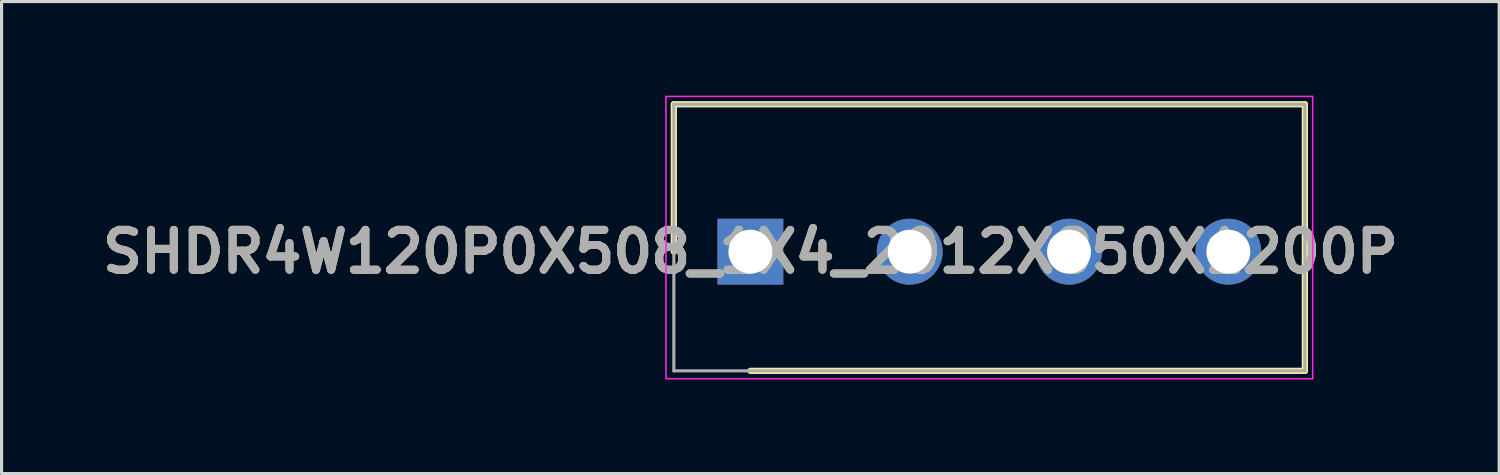
<source format=kicad_pcb>
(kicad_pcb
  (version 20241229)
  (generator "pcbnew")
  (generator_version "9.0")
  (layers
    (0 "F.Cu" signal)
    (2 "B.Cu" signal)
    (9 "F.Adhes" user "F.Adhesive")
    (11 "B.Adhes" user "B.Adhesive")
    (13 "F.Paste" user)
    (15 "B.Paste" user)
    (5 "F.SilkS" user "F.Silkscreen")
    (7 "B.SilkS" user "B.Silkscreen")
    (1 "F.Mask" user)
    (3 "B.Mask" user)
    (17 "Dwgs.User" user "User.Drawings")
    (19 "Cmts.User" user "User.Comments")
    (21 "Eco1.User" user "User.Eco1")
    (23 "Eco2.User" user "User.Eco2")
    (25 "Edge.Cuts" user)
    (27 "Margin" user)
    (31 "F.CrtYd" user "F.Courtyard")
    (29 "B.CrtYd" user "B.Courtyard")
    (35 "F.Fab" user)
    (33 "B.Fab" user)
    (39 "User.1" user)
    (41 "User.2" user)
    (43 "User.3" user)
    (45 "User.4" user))
  (footprint "SHDR4W120P0X508_1X4_2012X850X1200P"
    (layer "F.Cu")
    (at 20.876 4.975)
    (property "Reference" "SHDR4W120P0X508_1X4_2012X850X1200P" (at 0 0 0) (layer "F.SilkS") (effects (font (size 1.27 1.27) (thickness 0.254))))
    (attr through_hole)
    (fp_line (start -2.44 -4.7) (end -2.44 0) (stroke (width 0.2) (type solid)) (layer "F.SilkS"))
    (fp_line (start 0 3.8) (end 17.68 3.8) (stroke (width 0.2) (type solid)) (layer "F.SilkS"))
    (fp_line (start 17.68 -4.7) (end -2.44 -4.7) (stroke (width 0.2) (type solid)) (layer "F.SilkS"))
    (fp_line (start 17.68 3.8) (end 17.68 -4.7) (stroke (width 0.2) (type solid)) (layer "F.SilkS"))
    (fp_line (start -2.69 -4.95) (end 17.93 -4.95) (stroke (width 0.05) (type solid)) (layer "F.CrtYd"))
    (fp_line (start -2.69 4.05) (end -2.69 -4.95) (stroke (width 0.05) (type solid)) (layer "F.CrtYd"))
    (fp_line (start 17.93 -4.95) (end 17.93 4.05) (stroke (width 0.05) (type solid)) (layer "F.CrtYd"))
    (fp_line (start 17.93 4.05) (end -2.69 4.05) (stroke (width 0.05) (type solid)) (layer "F.CrtYd"))
    (fp_line (start -2.44 -4.7) (end 17.68 -4.7) (stroke (width 0.1) (type solid)) (layer "F.Fab"))
    (fp_line (start -2.44 3.8) (end -2.44 -4.7) (stroke (width 0.1) (type solid)) (layer "F.Fab"))
    (fp_line (start 17.68 -4.7) (end 17.68 3.8) (stroke (width 0.1) (type solid)) (layer "F.Fab"))
    (fp_line (start 17.68 3.8) (end -2.44 3.8) (stroke (width 0.1) (type solid)) (layer "F.Fab"))
    (fp_text user "${REFERENCE}" (at 0 0 0) (layer "F.Fab") (effects (font (size 1.27 1.27) (thickness 0.254))))
    (pad "1" thru_hole rect (at 0 0) (size 2.1 2.1) (drill 1.4) (layers "*.Cu" "*.Mask"))
    (pad "2" thru_hole circle (at 5.08 0) (size 2.1 2.1) (drill 1.4) (layers "*.Cu" "*.Mask"))
    (pad "3" thru_hole circle (at 10.16 0) (size 2.1 2.1) (drill 1.4) (layers "*.Cu" "*.Mask"))
    (pad "4" thru_hole circle (at 15.24 0) (size 2.1 2.1) (drill 1.4) (layers "*.Cu" "*.Mask")))
  (gr_rect
    (start -3 -3)
    (end 44.753 12.05)
    (stroke (width 0.1) (type default))
    (fill no)
    (layer "Edge.Cuts")))
</source>
